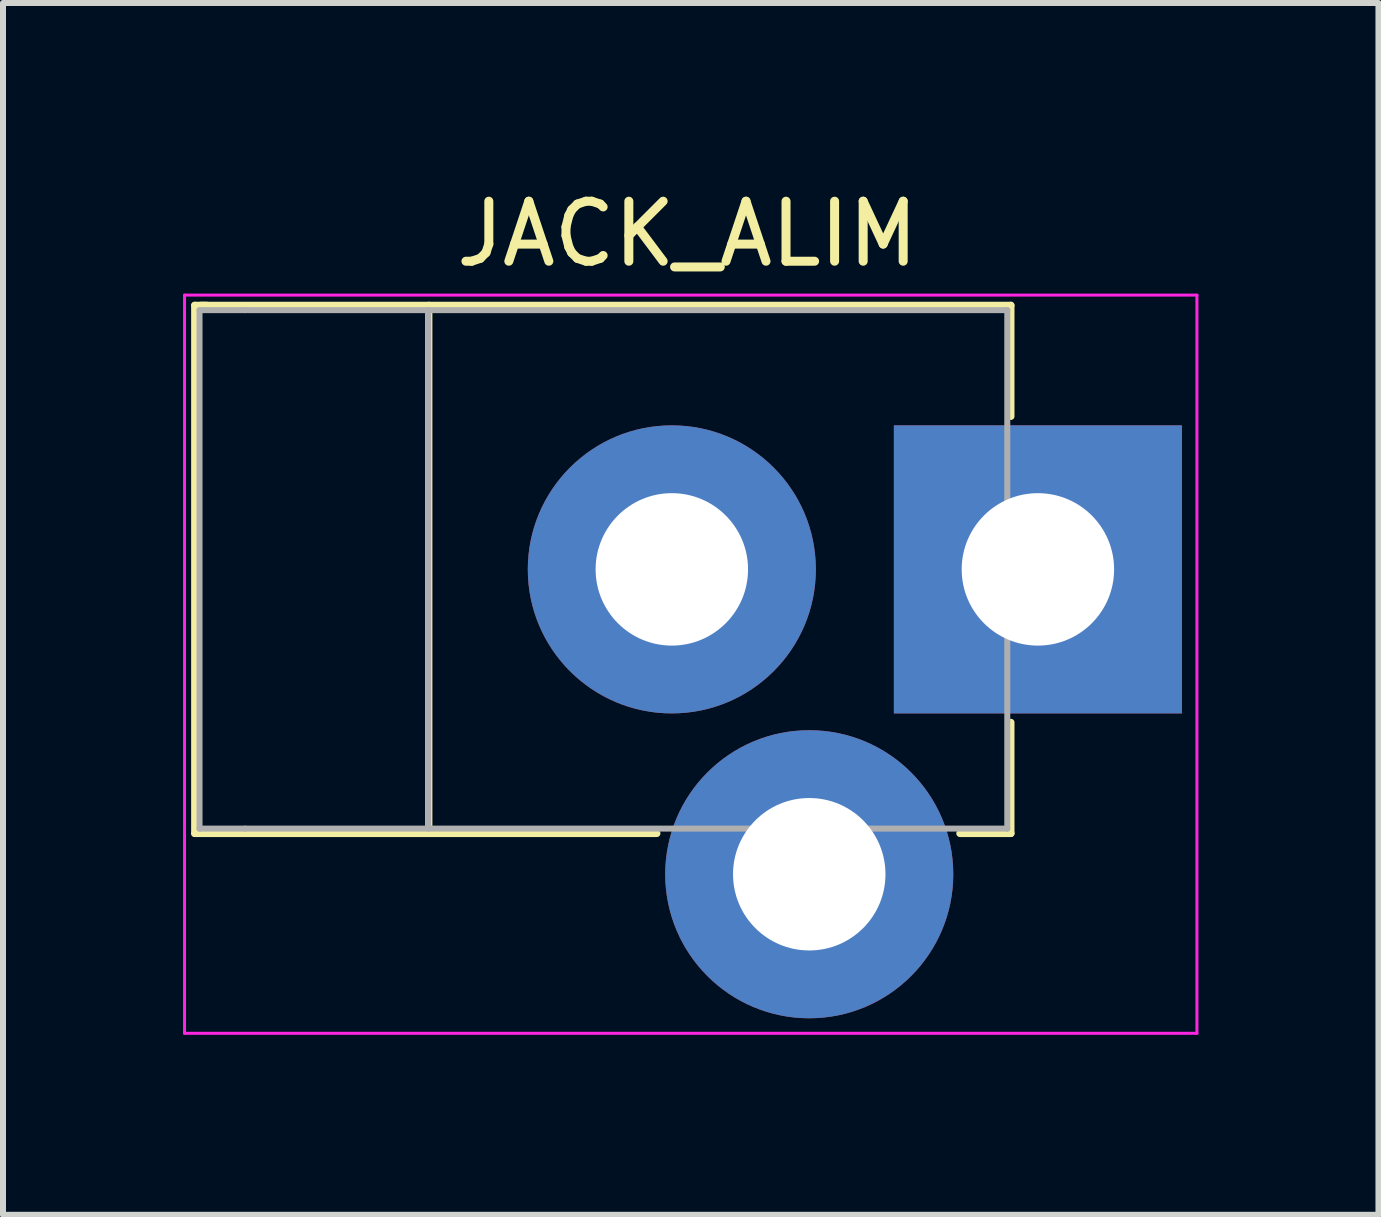
<source format=kicad_pcb>
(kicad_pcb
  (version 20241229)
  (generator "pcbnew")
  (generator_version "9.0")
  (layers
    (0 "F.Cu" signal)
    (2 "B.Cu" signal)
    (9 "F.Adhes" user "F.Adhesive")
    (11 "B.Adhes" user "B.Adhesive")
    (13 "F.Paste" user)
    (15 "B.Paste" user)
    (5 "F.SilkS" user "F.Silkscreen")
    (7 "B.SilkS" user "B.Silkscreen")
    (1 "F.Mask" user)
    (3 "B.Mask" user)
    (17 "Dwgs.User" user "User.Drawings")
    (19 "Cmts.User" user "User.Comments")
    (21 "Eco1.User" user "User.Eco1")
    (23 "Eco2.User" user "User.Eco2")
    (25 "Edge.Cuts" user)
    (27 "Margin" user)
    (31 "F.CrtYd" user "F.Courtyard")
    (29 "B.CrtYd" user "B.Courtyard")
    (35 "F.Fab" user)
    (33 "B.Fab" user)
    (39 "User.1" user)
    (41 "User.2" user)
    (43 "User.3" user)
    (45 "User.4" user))
  (footprint "JACK_ALIM"
    (layer "F.Cu")
    (at 14.245 6.438)
    (property "Reference" "JACK_ALIM" (at -5.84 -5.59 0) (layer "F.SilkS") (effects (font (size 1 1) (thickness 0.15))))
    (attr through_hole)
    (fp_line (start -14.05 -4.4) (end -13.85 -4.4) (stroke (width 0.12) (type solid)) (layer "F.SilkS"))
    (fp_line (start -14.05 4.4) (end -14.05 -4.4) (stroke (width 0.12) (type solid)) (layer "F.SilkS"))
    (fp_line (start -13.95 -4.4) (end -0.45 -4.4) (stroke (width 0.12) (type solid)) (layer "F.SilkS"))
    (fp_line (start -10.15 -4.4) (end -10.15 4.4) (stroke (width 0.12) (type solid)) (layer "F.SilkS"))
    (fp_line (start -6.35 4.4) (end -14.05 4.4) (stroke (width 0.12) (type solid)) (layer "F.SilkS"))
    (fp_line (start -0.45 -4.4) (end -0.45 -2.55) (stroke (width 0.12) (type solid)) (layer "F.SilkS"))
    (fp_line (start -0.45 2.55) (end -0.45 4.4) (stroke (width 0.12) (type solid)) (layer "F.SilkS"))
    (fp_line (start -0.45 4.4) (end -1.3 4.4) (stroke (width 0.12) (type solid)) (layer "F.SilkS"))
    (fp_line (start -14.22 -4.57) (end -14.22 7.73) (stroke (width 0.05) (type solid)) (layer "F.CrtYd"))
    (fp_line (start -14.22 -4.57) (end 2.65 -4.57) (stroke (width 0.05) (type solid)) (layer "F.CrtYd"))
    (fp_line (start 2.65 7.73) (end -14.22 7.73) (stroke (width 0.05) (type solid)) (layer "F.CrtYd"))
    (fp_line (start 2.65 7.73) (end 2.65 -4.57) (stroke (width 0.05) (type solid)) (layer "F.CrtYd"))
    (fp_line (start -13.97 -4.32) (end -13.97 4.32) (stroke (width 0.1) (type solid)) (layer "F.Fab"))
    (fp_line (start -13.97 4.32) (end -13.21 4.32) (stroke (width 0.1) (type solid)) (layer "F.Fab"))
    (fp_line (start -13.21 -4.32) (end -13.97 -4.32) (stroke (width 0.1) (type solid)) (layer "F.Fab"))
    (fp_line (start -13.21 -4.32) (end -0.51 -4.32) (stroke (width 0.1) (type solid)) (layer "F.Fab"))
    (fp_line (start -13.21 4.32) (end -0.51 4.32) (stroke (width 0.1) (type solid)) (layer "F.Fab"))
    (fp_line (start -10.16 -4.32) (end -10.16 4.32) (stroke (width 0.1) (type solid)) (layer "F.Fab"))
    (fp_line (start -0.51 -4.32) (end -0.51 4.32) (stroke (width 0.1) (type solid)) (layer "F.Fab"))
    (pad "1" thru_hole rect (at 0 0) (size 4.8 4.8) (drill oval 2.54) (layers "*.Cu" "*.Mask"))
    (pad "2" thru_hole circle (at -6.1 0) (size 4.8 4.8) (drill 2.54) (layers "*.Cu" "*.Mask"))
    (pad "3" thru_hole circle (at -3.81 5.08) (size 4.8 4.8) (drill oval 2.54) (layers "*.Cu" "*.Mask")))
  (gr_rect
    (start -3 -3)
    (end 19.92 17.193)
    (stroke (width 0.1) (type default))
    (fill no)
    (layer "Edge.Cuts")))
</source>
